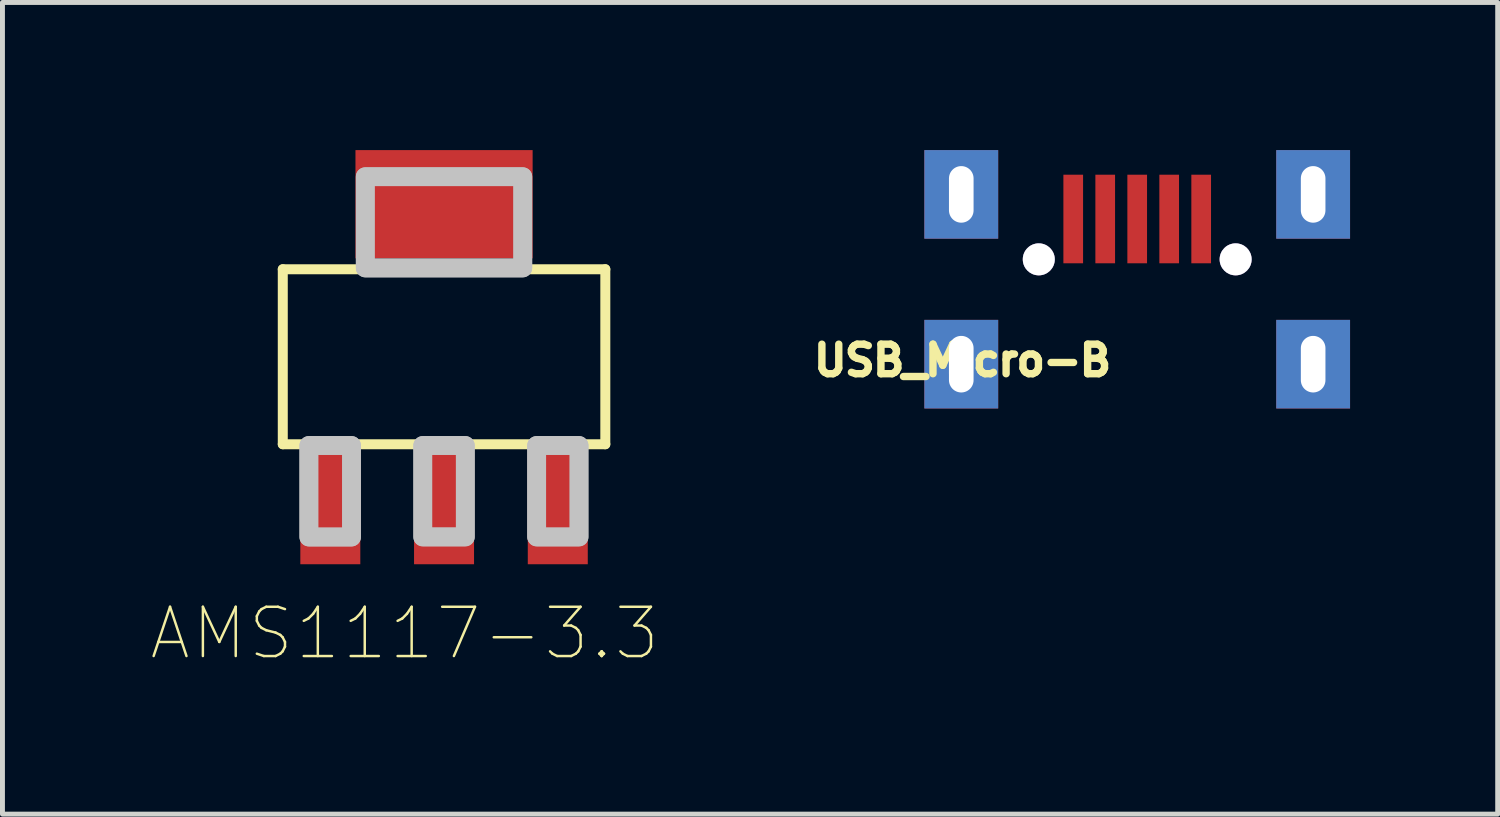
<source format=kicad_pcb>
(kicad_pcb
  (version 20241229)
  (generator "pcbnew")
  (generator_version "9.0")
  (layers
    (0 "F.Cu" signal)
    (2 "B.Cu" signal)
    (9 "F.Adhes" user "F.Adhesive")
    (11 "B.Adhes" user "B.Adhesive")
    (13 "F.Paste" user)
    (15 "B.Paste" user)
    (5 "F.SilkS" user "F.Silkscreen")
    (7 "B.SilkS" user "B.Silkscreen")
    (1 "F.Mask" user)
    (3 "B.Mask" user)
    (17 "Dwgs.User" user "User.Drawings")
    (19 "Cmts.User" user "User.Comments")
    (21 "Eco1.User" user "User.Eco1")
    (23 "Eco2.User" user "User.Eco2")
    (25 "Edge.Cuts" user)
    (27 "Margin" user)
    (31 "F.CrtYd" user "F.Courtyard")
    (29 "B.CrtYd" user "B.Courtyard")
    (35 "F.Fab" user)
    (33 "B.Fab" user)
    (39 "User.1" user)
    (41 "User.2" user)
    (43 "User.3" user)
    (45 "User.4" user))
  (footprint "USB_Micro-B"
    (layer "F.Cu")
    (at 16.483 4.35)
    (property "Reference" "USB_Micro-B" (at 0.025 -0.076 0) (layer "F.SilkS") (effects (font (size 0.6 0.6) (thickness 0.15))))
    (attr smd)
    (pad "1" smd rect (at 2.275 -2.95 90) (size 1.8 0.4) (layers "F.Cu" "F.Mask" "F.Paste"))
    (pad "2" smd rect (at 2.925 -2.95 90) (size 1.8 0.4) (layers "F.Cu" "F.Mask" "F.Paste"))
    (pad "3" smd rect (at 3.575 -2.95 90) (size 1.8 0.4) (layers "F.Cu" "F.Mask" "F.Paste"))
    (pad "4" smd rect (at 4.225 -2.95 90) (size 1.8 0.4) (layers "F.Cu" "F.Mask" "F.Paste"))
    (pad "5" thru_hole trapezoid (at 0 -3.45 90) (size 1.8 1.5) (drill oval 1.15 0.5) (layers "*.Cu" "*.Mask"))
    (pad "5" thru_hole trapezoid (at 0 0 90) (size 1.8 1.5) (drill oval 1.15 0.5) (layers "*.Cu" "*.Mask"))
    (pad "5" smd rect (at 4.875 -2.95 90) (size 1.8 0.4) (layers "F.Cu" "F.Mask" "F.Paste"))
    (pad "5" thru_hole trapezoid (at 7.15 -3.45 90) (size 1.8 1.5) (drill oval 1.15 0.5) (layers "*.Cu" "*.Mask"))
    (pad "5" thru_hole trapezoid (at 7.15 0 90) (size 1.8 1.5) (drill oval 1.15 0.5) (layers "*.Cu" "*.Mask"))
    (pad "7" thru_hole circle (at 1.575 -2.13) (size 0.65 0.65) (drill 0.65) (layers "*.Cu" "*.Mask"))
    (pad "7" thru_hole circle (at 5.575 -2.13) (size 0.65 0.65) (drill 0.65) (layers "*.Cu" "*.Mask")))
  (footprint "AMS1117-3.3"
    (layer "F.Cu")
    (at 6.043 4.199)
    (property "Reference" "AMS1117-3.3" (at -0.871 5.621 0) (layer "F.SilkS") (effects (font (size 1.001 1.001) (thickness 0.05))))
    (attr smd)
    (fp_line (start -3.347 -1.778) (end 3.207 -1.778) (stroke (width 0.203) (type solid)) (layer "F.SilkS"))
    (fp_line (start -3.347 1.778) (end -3.347 -1.778) (stroke (width 0.203) (type solid)) (layer "F.SilkS"))
    (fp_line (start 3.207 -1.778) (end 3.207 1.778) (stroke (width 0.203) (type solid)) (layer "F.SilkS"))
    (fp_line (start 3.207 1.778) (end -3.347 1.778) (stroke (width 0.203) (type solid)) (layer "F.SilkS"))
    (fp_poly (pts (xy -2.817 1.803) (xy -1.95 1.803) (xy -1.95 3.663) (xy -2.817 3.663)) (stroke (width 0.381) (type solid)) (fill no) (layer "Dwgs.User"))
    (fp_poly (pts (xy -2.817 1.803) (xy -1.95 1.803) (xy -1.95 3.663) (xy -2.817 3.663)) (stroke (width 0.381) (type solid)) (fill no) (layer "Dwgs.User"))
    (fp_poly (pts (xy -1.672 -3.658) (xy 1.53 -3.658) (xy 1.53 -1.806) (xy -1.672 -1.806)) (stroke (width 0.381) (type solid)) (fill no) (layer "Dwgs.User"))
    (fp_poly (pts (xy -1.67 -3.658) (xy 1.53 -3.658) (xy 1.53 -1.803) (xy -1.67 -1.803)) (stroke (width 0.381) (type solid)) (fill no) (layer "Dwgs.User"))
    (fp_poly (pts (xy -0.503 1.803) (xy 0.362 1.803) (xy 0.362 3.664) (xy -0.503 3.664)) (stroke (width 0.381) (type solid)) (fill no) (layer "Dwgs.User"))
    (fp_poly (pts (xy -0.502 1.803) (xy 0.362 1.803) (xy 0.362 3.658) (xy -0.502 3.658)) (stroke (width 0.381) (type solid)) (fill no) (layer "Dwgs.User"))
    (fp_poly (pts (xy 1.81 1.803) (xy 2.673 1.803) (xy 2.673 3.659) (xy 1.81 3.659)) (stroke (width 0.381) (type solid)) (fill no) (layer "Dwgs.User"))
    (fp_poly (pts (xy 1.813 1.803) (xy 2.673 1.803) (xy 2.673 3.664) (xy 1.813 3.664)) (stroke (width 0.381) (type solid)) (fill no) (layer "Dwgs.User"))
    (pad "1" smd rect (at -2.381 3.099) (size 1.219 2.235) (layers "F.Cu" "F.Mask" "F.Paste"))
    (pad "2" smd rect (at -0.07 3.099) (size 1.219 2.235) (layers "F.Cu" "F.Mask" "F.Paste"))
    (pad "3" smd rect (at 2.241 3.099) (size 1.219 2.235) (layers "F.Cu" "F.Mask" "F.Paste"))
    (pad "4" smd rect (at -0.07 -3.099) (size 3.6 2.2) (layers "F.Cu" "F.Mask" "F.Paste")))
  (gr_rect
    (start -3 -3)
    (end 27.383 13.493)
    (stroke (width 0.1) (type default))
    (fill no)
    (layer "Edge.Cuts")))
</source>
